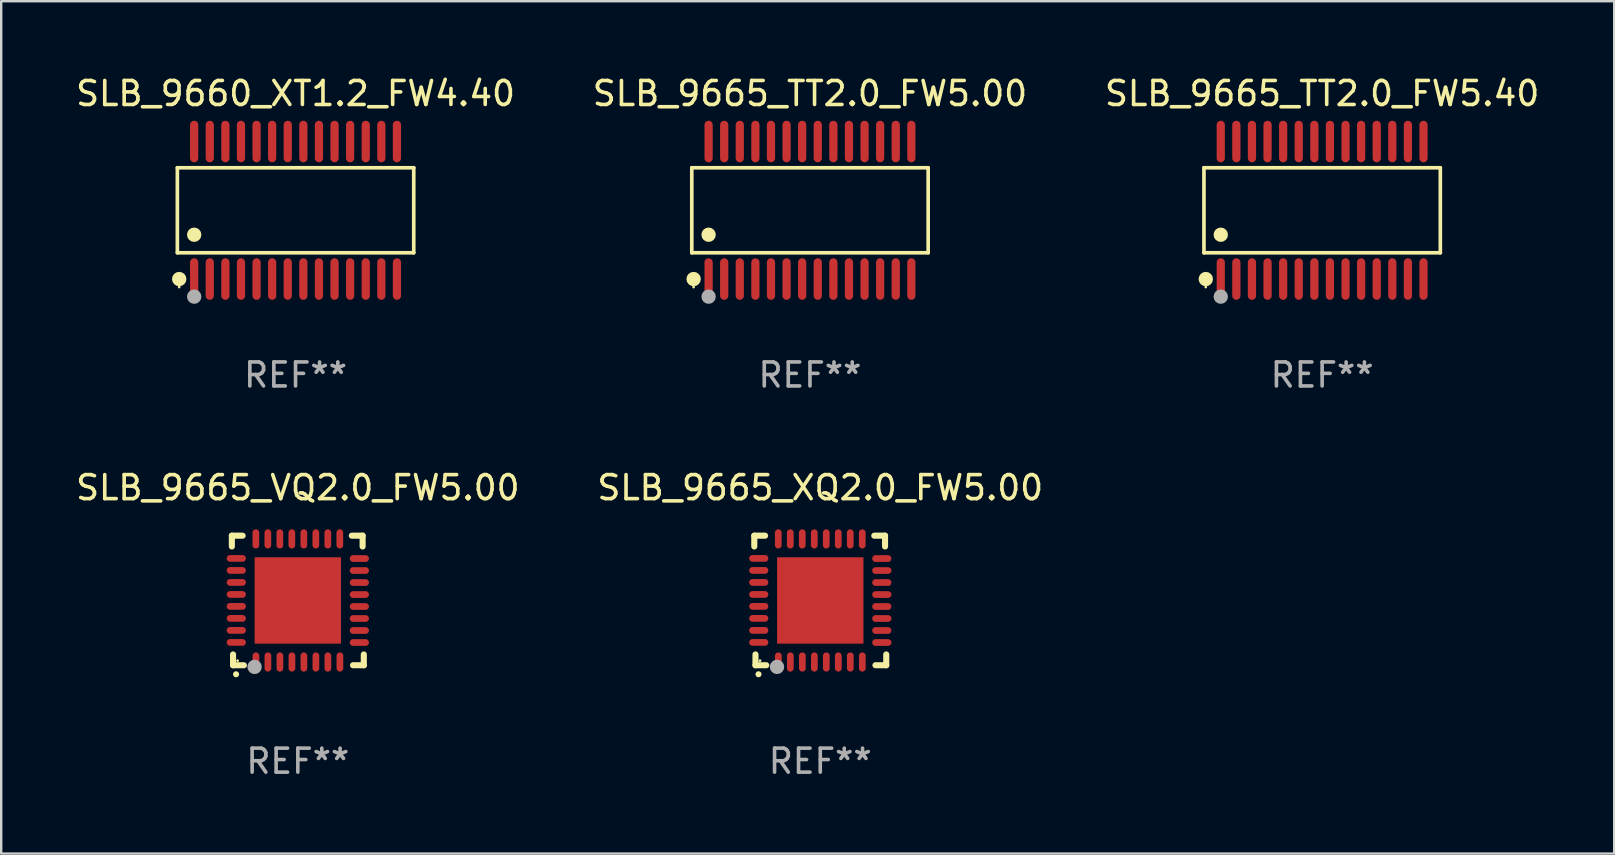
<source format=kicad_pcb>
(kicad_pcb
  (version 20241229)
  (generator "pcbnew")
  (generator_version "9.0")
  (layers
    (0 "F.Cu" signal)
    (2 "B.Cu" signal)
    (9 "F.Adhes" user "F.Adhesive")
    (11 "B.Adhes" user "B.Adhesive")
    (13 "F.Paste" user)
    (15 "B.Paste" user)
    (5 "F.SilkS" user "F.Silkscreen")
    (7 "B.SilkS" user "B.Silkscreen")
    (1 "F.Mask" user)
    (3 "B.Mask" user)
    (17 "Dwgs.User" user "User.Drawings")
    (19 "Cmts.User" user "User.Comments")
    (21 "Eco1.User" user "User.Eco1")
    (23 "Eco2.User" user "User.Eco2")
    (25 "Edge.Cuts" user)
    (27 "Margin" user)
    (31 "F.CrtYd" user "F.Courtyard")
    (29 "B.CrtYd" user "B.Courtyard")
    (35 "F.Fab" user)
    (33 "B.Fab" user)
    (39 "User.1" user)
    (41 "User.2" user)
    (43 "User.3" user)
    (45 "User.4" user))
  (footprint "SLB_9665_XQ2.0_FW5.00"
    (layer "F.Cu")
    (at 31.137 21.976)
    (property "Reference" "SLB_9665_XQ2.0_FW5.00" (at 0 -4.7 0) (layer "F.SilkS") (effects (font (size 1 1) (thickness 0.15))))
    (attr through_hole)
    (fp_line (start -2.75 -2.7) (end -2.75 -2.25) (stroke (width 0.254) (type solid)) (layer "F.SilkS"))
    (fp_line (start -2.7 2.7) (end -2.7 2.25) (stroke (width 0.254) (type solid)) (layer "F.SilkS"))
    (fp_line (start -2.3 -2.7) (end -2.75 -2.7) (stroke (width 0.254) (type solid)) (layer "F.SilkS"))
    (fp_line (start -2.25 2.7) (end -2.7 2.7) (stroke (width 0.254) (type solid)) (layer "F.SilkS"))
    (fp_line (start 2.3 2.7) (end 2.75 2.7) (stroke (width 0.254) (type solid)) (layer "F.SilkS"))
    (fp_line (start 2.7 -2.7) (end 2.25 -2.7) (stroke (width 0.254) (type solid)) (layer "F.SilkS"))
    (fp_line (start 2.7 -2.25) (end 2.7 -2.7) (stroke (width 0.254) (type solid)) (layer "F.SilkS"))
    (fp_line (start 2.75 2.7) (end 2.75 2.25) (stroke (width 0.254) (type solid)) (layer "F.SilkS"))
    (fp_arc (start -2.575565 3.075946) (mid -2.574295 3.07594) (end -2.573025 3.075946) (stroke (width 0.25) (type solid)) (layer "F.SilkS"))
    (fp_circle (center -2.51 2.51) (end -2.48 2.51) (stroke (width 0.06) (type solid)) (fill no) (layer "F.SilkS"))
    (fp_circle (center -1.803 2.769) (end -1.653 2.769) (stroke (width 0.3) (type solid)) (fill no) (layer "F.Fab"))
    (fp_text user "REF**" (at 0 6.7 0) (layer "F.Fab") (effects (font (size 1 1) (thickness 0.15))))
    (pad "1" smd oval (at -1.747 2.565) (size 0.28 0.8) (layers "F.Cu" "F.Mask" "F.Paste"))
    (pad "2" smd oval (at -1.247 2.565) (size 0.28 0.8) (layers "F.Cu" "F.Mask" "F.Paste"))
    (pad "3" smd oval (at -0.747 2.565) (size 0.28 0.8) (layers "F.Cu" "F.Mask" "F.Paste"))
    (pad "4" smd oval (at -0.246 2.565) (size 0.28 0.8) (layers "F.Cu" "F.Mask" "F.Paste"))
    (pad "5" smd oval (at 0.252 2.565) (size 0.28 0.8) (layers "F.Cu" "F.Mask" "F.Paste"))
    (pad "6" smd oval (at 0.752 2.565) (size 0.28 0.8) (layers "F.Cu" "F.Mask" "F.Paste"))
    (pad "7" smd oval (at 1.252 2.565) (size 0.28 0.8) (layers "F.Cu" "F.Mask" "F.Paste"))
    (pad "8" smd oval (at 1.753 2.565) (size 0.28 0.8) (layers "F.Cu" "F.Mask" "F.Paste"))
    (pad "9" smd oval (at 2.565 1.753) (size 0.8 0.28) (layers "F.Cu" "F.Mask" "F.Paste"))
    (pad "10" smd oval (at 2.565 1.252) (size 0.8 0.28) (layers "F.Cu" "F.Mask" "F.Paste"))
    (pad "11" smd oval (at 2.565 0.752) (size 0.8 0.28) (layers "F.Cu" "F.Mask" "F.Paste"))
    (pad "12" smd oval (at 2.565 0.252) (size 0.8 0.28) (layers "F.Cu" "F.Mask" "F.Paste"))
    (pad "13" smd oval (at 2.565 -0.246) (size 0.8 0.28) (layers "F.Cu" "F.Mask" "F.Paste"))
    (pad "14" smd oval (at 2.565 -0.747) (size 0.8 0.28) (layers "F.Cu" "F.Mask" "F.Paste"))
    (pad "15" smd oval (at 2.565 -1.247) (size 0.8 0.28) (layers "F.Cu" "F.Mask" "F.Paste"))
    (pad "16" smd oval (at 2.565 -1.747) (size 0.8 0.28) (layers "F.Cu" "F.Mask" "F.Paste"))
    (pad "17" smd oval (at 1.75 -2.565) (size 0.28 0.8) (layers "F.Cu" "F.Mask" "F.Paste"))
    (pad "18" smd oval (at 1.25 -2.565) (size 0.28 0.8) (layers "F.Cu" "F.Mask" "F.Paste"))
    (pad "19" smd oval (at 0.75 -2.565) (size 0.28 0.8) (layers "F.Cu" "F.Mask" "F.Paste"))
    (pad "20" smd oval (at 0.25 -2.565) (size 0.28 0.8) (layers "F.Cu" "F.Mask" "F.Paste"))
    (pad "21" smd oval (at -0.25 -2.565) (size 0.28 0.8) (layers "F.Cu" "F.Mask" "F.Paste"))
    (pad "22" smd oval (at -0.75 -2.565) (size 0.28 0.8) (layers "F.Cu" "F.Mask" "F.Paste"))
    (pad "23" smd oval (at -1.25 -2.565) (size 0.28 0.8) (layers "F.Cu" "F.Mask" "F.Paste"))
    (pad "24" smd oval (at -1.75 -2.565) (size 0.28 0.8) (layers "F.Cu" "F.Mask" "F.Paste"))
    (pad "25" smd oval (at -2.565 -1.753) (size 0.8 0.28) (layers "F.Cu" "F.Mask" "F.Paste"))
    (pad "26" smd oval (at -2.565 -1.252) (size 0.8 0.28) (layers "F.Cu" "F.Mask" "F.Paste"))
    (pad "27" smd oval (at -2.565 -0.752) (size 0.8 0.28) (layers "F.Cu" "F.Mask" "F.Paste"))
    (pad "28" smd oval (at -2.565 -0.251) (size 0.8 0.28) (layers "F.Cu" "F.Mask" "F.Paste"))
    (pad "29" smd oval (at -2.565 0.246) (size 0.8 0.28) (layers "F.Cu" "F.Mask" "F.Paste"))
    (pad "30" smd oval (at -2.565 0.747) (size 0.8 0.28) (layers "F.Cu" "F.Mask" "F.Paste"))
    (pad "31" smd oval (at -2.565 1.247) (size 0.8 0.28) (layers "F.Cu" "F.Mask" "F.Paste"))
    (pad "32" smd oval (at -2.565 1.748) (size 0.8 0.28) (layers "F.Cu" "F.Mask" "F.Paste"))
    (pad "33" smd rect (at 0.000076 0.000076) (size 3.6 3.6) (layers "F.Cu" "F.Mask" "F.Paste")))
  (footprint "SLB_9665_VQ2.0_FW5.00"
    (layer "F.Cu")
    (at 9.363 21.976)
    (property "Reference" "SLB_9665_VQ2.0_FW5.00" (at 0 -4.7 0) (layer "F.SilkS") (effects (font (size 1 1) (thickness 0.15))))
    (attr through_hole)
    (fp_line (start -2.75 -2.7) (end -2.75 -2.25) (stroke (width 0.254) (type solid)) (layer "F.SilkS"))
    (fp_line (start -2.7 2.7) (end -2.7 2.25) (stroke (width 0.254) (type solid)) (layer "F.SilkS"))
    (fp_line (start -2.3 -2.7) (end -2.75 -2.7) (stroke (width 0.254) (type solid)) (layer "F.SilkS"))
    (fp_line (start -2.25 2.7) (end -2.7 2.7) (stroke (width 0.254) (type solid)) (layer "F.SilkS"))
    (fp_line (start 2.3 2.7) (end 2.75 2.7) (stroke (width 0.254) (type solid)) (layer "F.SilkS"))
    (fp_line (start 2.7 -2.7) (end 2.25 -2.7) (stroke (width 0.254) (type solid)) (layer "F.SilkS"))
    (fp_line (start 2.7 -2.25) (end 2.7 -2.7) (stroke (width 0.254) (type solid)) (layer "F.SilkS"))
    (fp_line (start 2.75 2.7) (end 2.75 2.25) (stroke (width 0.254) (type solid)) (layer "F.SilkS"))
    (fp_arc (start -2.575565 3.075946) (mid -2.574295 3.07594) (end -2.573025 3.075946) (stroke (width 0.25) (type solid)) (layer "F.SilkS"))
    (fp_circle (center -2.51 2.51) (end -2.48 2.51) (stroke (width 0.06) (type solid)) (fill no) (layer "F.SilkS"))
    (fp_circle (center -1.803 2.769) (end -1.653 2.769) (stroke (width 0.3) (type solid)) (fill no) (layer "F.Fab"))
    (fp_text user "REF**" (at 0 6.7 0) (layer "F.Fab") (effects (font (size 1 1) (thickness 0.15))))
    (pad "1" smd oval (at -1.747 2.565) (size 0.28 0.8) (layers "F.Cu" "F.Mask" "F.Paste"))
    (pad "2" smd oval (at -1.247 2.565) (size 0.28 0.8) (layers "F.Cu" "F.Mask" "F.Paste"))
    (pad "3" smd oval (at -0.747 2.565) (size 0.28 0.8) (layers "F.Cu" "F.Mask" "F.Paste"))
    (pad "4" smd oval (at -0.246 2.565) (size 0.28 0.8) (layers "F.Cu" "F.Mask" "F.Paste"))
    (pad "5" smd oval (at 0.252 2.565) (size 0.28 0.8) (layers "F.Cu" "F.Mask" "F.Paste"))
    (pad "6" smd oval (at 0.752 2.565) (size 0.28 0.8) (layers "F.Cu" "F.Mask" "F.Paste"))
    (pad "7" smd oval (at 1.252 2.565) (size 0.28 0.8) (layers "F.Cu" "F.Mask" "F.Paste"))
    (pad "8" smd oval (at 1.753 2.565) (size 0.28 0.8) (layers "F.Cu" "F.Mask" "F.Paste"))
    (pad "9" smd oval (at 2.565 1.753) (size 0.8 0.28) (layers "F.Cu" "F.Mask" "F.Paste"))
    (pad "10" smd oval (at 2.565 1.252) (size 0.8 0.28) (layers "F.Cu" "F.Mask" "F.Paste"))
    (pad "11" smd oval (at 2.565 0.752) (size 0.8 0.28) (layers "F.Cu" "F.Mask" "F.Paste"))
    (pad "12" smd oval (at 2.565 0.252) (size 0.8 0.28) (layers "F.Cu" "F.Mask" "F.Paste"))
    (pad "13" smd oval (at 2.565 -0.246) (size 0.8 0.28) (layers "F.Cu" "F.Mask" "F.Paste"))
    (pad "14" smd oval (at 2.565 -0.747) (size 0.8 0.28) (layers "F.Cu" "F.Mask" "F.Paste"))
    (pad "15" smd oval (at 2.565 -1.247) (size 0.8 0.28) (layers "F.Cu" "F.Mask" "F.Paste"))
    (pad "16" smd oval (at 2.565 -1.747) (size 0.8 0.28) (layers "F.Cu" "F.Mask" "F.Paste"))
    (pad "17" smd oval (at 1.75 -2.565) (size 0.28 0.8) (layers "F.Cu" "F.Mask" "F.Paste"))
    (pad "18" smd oval (at 1.25 -2.565) (size 0.28 0.8) (layers "F.Cu" "F.Mask" "F.Paste"))
    (pad "19" smd oval (at 0.75 -2.565) (size 0.28 0.8) (layers "F.Cu" "F.Mask" "F.Paste"))
    (pad "20" smd oval (at 0.25 -2.565) (size 0.28 0.8) (layers "F.Cu" "F.Mask" "F.Paste"))
    (pad "21" smd oval (at -0.25 -2.565) (size 0.28 0.8) (layers "F.Cu" "F.Mask" "F.Paste"))
    (pad "22" smd oval (at -0.75 -2.565) (size 0.28 0.8) (layers "F.Cu" "F.Mask" "F.Paste"))
    (pad "23" smd oval (at -1.25 -2.565) (size 0.28 0.8) (layers "F.Cu" "F.Mask" "F.Paste"))
    (pad "24" smd oval (at -1.75 -2.565) (size 0.28 0.8) (layers "F.Cu" "F.Mask" "F.Paste"))
    (pad "25" smd oval (at -2.565 -1.753) (size 0.8 0.28) (layers "F.Cu" "F.Mask" "F.Paste"))
    (pad "26" smd oval (at -2.565 -1.252) (size 0.8 0.28) (layers "F.Cu" "F.Mask" "F.Paste"))
    (pad "27" smd oval (at -2.565 -0.752) (size 0.8 0.28) (layers "F.Cu" "F.Mask" "F.Paste"))
    (pad "28" smd oval (at -2.565 -0.251) (size 0.8 0.28) (layers "F.Cu" "F.Mask" "F.Paste"))
    (pad "29" smd oval (at -2.565 0.246) (size 0.8 0.28) (layers "F.Cu" "F.Mask" "F.Paste"))
    (pad "30" smd oval (at -2.565 0.747) (size 0.8 0.28) (layers "F.Cu" "F.Mask" "F.Paste"))
    (pad "31" smd oval (at -2.565 1.247) (size 0.8 0.28) (layers "F.Cu" "F.Mask" "F.Paste"))
    (pad "32" smd oval (at -2.565 1.748) (size 0.8 0.28) (layers "F.Cu" "F.Mask" "F.Paste"))
    (pad "33" smd rect (at 0.000076 0.000076) (size 3.6 3.6) (layers "F.Cu" "F.Mask" "F.Paste")))
  (footprint "SLB_9660_XT1.2_FW4.40"
    (layer "F.Cu")
    (at 9.268 5.714)
    (property "Reference" "SLB_9660_XT1.2_FW4.40" (at 0 -4.866 0) (layer "F.SilkS") (effects (font (size 1 1) (thickness 0.15))))
    (attr through_hole)
    (fp_line (start -4.926 -1.772) (end 4.926 -1.772) (stroke (width 0.152) (type solid)) (layer "F.SilkS"))
    (fp_line (start -4.926 1.771) (end -4.926 -1.772) (stroke (width 0.152) (type solid)) (layer "F.SilkS"))
    (fp_line (start 4.926 -1.772) (end 4.926 1.771) (stroke (width 0.152) (type solid)) (layer "F.SilkS"))
    (fp_line (start 4.926 1.771) (end -4.926 1.771) (stroke (width 0.152) (type solid)) (layer "F.SilkS"))
    (fp_circle (center -4.85 3.2) (end -4.82 3.2) (stroke (width 0.06) (type solid)) (fill no) (layer "F.SilkS"))
    (fp_circle (center -4.849 2.866) (end -4.699 2.866) (stroke (width 0.3) (type solid)) (fill no) (layer "F.SilkS"))
    (fp_circle (center -4.225 1.019) (end -4.075 1.019) (stroke (width 0.3) (type solid)) (fill no) (layer "F.SilkS"))
    (fp_circle (center -4.225 3.6) (end -4.075 3.6) (stroke (width 0.3) (type solid)) (fill no) (layer "F.Fab"))
    (fp_text user "REF**" (at 0 6.866 0) (layer "F.Fab") (effects (font (size 1 1) (thickness 0.15))))
    (pad "1" smd oval (at -4.225 2.866) (size 0.343 1.731) (layers "F.Cu" "F.Mask" "F.Paste"))
    (pad "2" smd oval (at -3.575 2.866) (size 0.343 1.731) (layers "F.Cu" "F.Mask" "F.Paste"))
    (pad "3" smd oval (at -2.925 2.866) (size 0.343 1.731) (layers "F.Cu" "F.Mask" "F.Paste"))
    (pad "4" smd oval (at -2.275 2.866) (size 0.343 1.731) (layers "F.Cu" "F.Mask" "F.Paste"))
    (pad "5" smd oval (at -1.625 2.866) (size 0.343 1.731) (layers "F.Cu" "F.Mask" "F.Paste"))
    (pad "6" smd oval (at -0.975 2.866) (size 0.343 1.731) (layers "F.Cu" "F.Mask" "F.Paste"))
    (pad "7" smd oval (at -0.325 2.866) (size 0.343 1.731) (layers "F.Cu" "F.Mask" "F.Paste"))
    (pad "8" smd oval (at 0.325 2.866) (size 0.343 1.731) (layers "F.Cu" "F.Mask" "F.Paste"))
    (pad "9" smd oval (at 0.975 2.866) (size 0.343 1.731) (layers "F.Cu" "F.Mask" "F.Paste"))
    (pad "10" smd oval (at 1.625 2.866) (size 0.343 1.731) (layers "F.Cu" "F.Mask" "F.Paste"))
    (pad "11" smd oval (at 2.275 2.866) (size 0.343 1.731) (layers "F.Cu" "F.Mask" "F.Paste"))
    (pad "12" smd oval (at 2.925 2.866) (size 0.343 1.731) (layers "F.Cu" "F.Mask" "F.Paste"))
    (pad "13" smd oval (at 3.575 2.866) (size 0.343 1.731) (layers "F.Cu" "F.Mask" "F.Paste"))
    (pad "14" smd oval (at 4.225 2.866) (size 0.343 1.731) (layers "F.Cu" "F.Mask" "F.Paste"))
    (pad "15" smd oval (at 4.225 -2.866) (size 0.343 1.731) (layers "F.Cu" "F.Mask" "F.Paste"))
    (pad "16" smd oval (at 3.575 -2.866) (size 0.343 1.731) (layers "F.Cu" "F.Mask" "F.Paste"))
    (pad "17" smd oval (at 2.925 -2.866) (size 0.343 1.731) (layers "F.Cu" "F.Mask" "F.Paste"))
    (pad "18" smd oval (at 2.275 -2.866) (size 0.343 1.731) (layers "F.Cu" "F.Mask" "F.Paste"))
    (pad "19" smd oval (at 1.625 -2.866) (size 0.343 1.731) (layers "F.Cu" "F.Mask" "F.Paste"))
    (pad "20" smd oval (at 0.975 -2.866) (size 0.343 1.731) (layers "F.Cu" "F.Mask" "F.Paste"))
    (pad "21" smd oval (at 0.325 -2.866) (size 0.343 1.731) (layers "F.Cu" "F.Mask" "F.Paste"))
    (pad "22" smd oval (at -0.325 -2.866) (size 0.343 1.731) (layers "F.Cu" "F.Mask" "F.Paste"))
    (pad "23" smd oval (at -0.975 -2.866) (size 0.343 1.731) (layers "F.Cu" "F.Mask" "F.Paste"))
    (pad "24" smd oval (at -1.625 -2.866) (size 0.343 1.731) (layers "F.Cu" "F.Mask" "F.Paste"))
    (pad "25" smd oval (at -2.275 -2.866) (size 0.343 1.731) (layers "F.Cu" "F.Mask" "F.Paste"))
    (pad "26" smd oval (at -2.925 -2.866) (size 0.343 1.731) (layers "F.Cu" "F.Mask" "F.Paste"))
    (pad "27" smd oval (at -3.575 -2.866) (size 0.343 1.731) (layers "F.Cu" "F.Mask" "F.Paste"))
    (pad "28" smd oval (at -4.225 -2.866) (size 0.343 1.731) (layers "F.Cu" "F.Mask" "F.Paste")))
  (footprint "SLB_9665_TT2.0_FW5.40"
    (layer "F.Cu")
    (at 52.054 5.714)
    (property "Reference" "SLB_9665_TT2.0_FW5.40" (at 0 -4.866 0) (layer "F.SilkS") (effects (font (size 1 1) (thickness 0.15))))
    (attr through_hole)
    (fp_line (start -4.926 -1.772) (end 4.926 -1.772) (stroke (width 0.152) (type solid)) (layer "F.SilkS"))
    (fp_line (start -4.926 1.771) (end -4.926 -1.772) (stroke (width 0.152) (type solid)) (layer "F.SilkS"))
    (fp_line (start 4.926 -1.772) (end 4.926 1.771) (stroke (width 0.152) (type solid)) (layer "F.SilkS"))
    (fp_line (start 4.926 1.771) (end -4.926 1.771) (stroke (width 0.152) (type solid)) (layer "F.SilkS"))
    (fp_circle (center -4.85 3.2) (end -4.82 3.2) (stroke (width 0.06) (type solid)) (fill no) (layer "F.SilkS"))
    (fp_circle (center -4.849 2.866) (end -4.699 2.866) (stroke (width 0.3) (type solid)) (fill no) (layer "F.SilkS"))
    (fp_circle (center -4.225 1.019) (end -4.075 1.019) (stroke (width 0.3) (type solid)) (fill no) (layer "F.SilkS"))
    (fp_circle (center -4.225 3.6) (end -4.075 3.6) (stroke (width 0.3) (type solid)) (fill no) (layer "F.Fab"))
    (fp_text user "REF**" (at 0 6.866 0) (layer "F.Fab") (effects (font (size 1 1) (thickness 0.15))))
    (pad "1" smd oval (at -4.225 2.866) (size 0.343 1.731) (layers "F.Cu" "F.Mask" "F.Paste"))
    (pad "2" smd oval (at -3.575 2.866) (size 0.343 1.731) (layers "F.Cu" "F.Mask" "F.Paste"))
    (pad "3" smd oval (at -2.925 2.866) (size 0.343 1.731) (layers "F.Cu" "F.Mask" "F.Paste"))
    (pad "4" smd oval (at -2.275 2.866) (size 0.343 1.731) (layers "F.Cu" "F.Mask" "F.Paste"))
    (pad "5" smd oval (at -1.625 2.866) (size 0.343 1.731) (layers "F.Cu" "F.Mask" "F.Paste"))
    (pad "6" smd oval (at -0.975 2.866) (size 0.343 1.731) (layers "F.Cu" "F.Mask" "F.Paste"))
    (pad "7" smd oval (at -0.325 2.866) (size 0.343 1.731) (layers "F.Cu" "F.Mask" "F.Paste"))
    (pad "8" smd oval (at 0.325 2.866) (size 0.343 1.731) (layers "F.Cu" "F.Mask" "F.Paste"))
    (pad "9" smd oval (at 0.975 2.866) (size 0.343 1.731) (layers "F.Cu" "F.Mask" "F.Paste"))
    (pad "10" smd oval (at 1.625 2.866) (size 0.343 1.731) (layers "F.Cu" "F.Mask" "F.Paste"))
    (pad "11" smd oval (at 2.275 2.866) (size 0.343 1.731) (layers "F.Cu" "F.Mask" "F.Paste"))
    (pad "12" smd oval (at 2.925 2.866) (size 0.343 1.731) (layers "F.Cu" "F.Mask" "F.Paste"))
    (pad "13" smd oval (at 3.575 2.866) (size 0.343 1.731) (layers "F.Cu" "F.Mask" "F.Paste"))
    (pad "14" smd oval (at 4.225 2.866) (size 0.343 1.731) (layers "F.Cu" "F.Mask" "F.Paste"))
    (pad "15" smd oval (at 4.225 -2.866) (size 0.343 1.731) (layers "F.Cu" "F.Mask" "F.Paste"))
    (pad "16" smd oval (at 3.575 -2.866) (size 0.343 1.731) (layers "F.Cu" "F.Mask" "F.Paste"))
    (pad "17" smd oval (at 2.925 -2.866) (size 0.343 1.731) (layers "F.Cu" "F.Mask" "F.Paste"))
    (pad "18" smd oval (at 2.275 -2.866) (size 0.343 1.731) (layers "F.Cu" "F.Mask" "F.Paste"))
    (pad "19" smd oval (at 1.625 -2.866) (size 0.343 1.731) (layers "F.Cu" "F.Mask" "F.Paste"))
    (pad "20" smd oval (at 0.975 -2.866) (size 0.343 1.731) (layers "F.Cu" "F.Mask" "F.Paste"))
    (pad "21" smd oval (at 0.325 -2.866) (size 0.343 1.731) (layers "F.Cu" "F.Mask" "F.Paste"))
    (pad "22" smd oval (at -0.325 -2.866) (size 0.343 1.731) (layers "F.Cu" "F.Mask" "F.Paste"))
    (pad "23" smd oval (at -0.975 -2.866) (size 0.343 1.731) (layers "F.Cu" "F.Mask" "F.Paste"))
    (pad "24" smd oval (at -1.625 -2.866) (size 0.343 1.731) (layers "F.Cu" "F.Mask" "F.Paste"))
    (pad "25" smd oval (at -2.275 -2.866) (size 0.343 1.731) (layers "F.Cu" "F.Mask" "F.Paste"))
    (pad "26" smd oval (at -2.925 -2.866) (size 0.343 1.731) (layers "F.Cu" "F.Mask" "F.Paste"))
    (pad "27" smd oval (at -3.575 -2.866) (size 0.343 1.731) (layers "F.Cu" "F.Mask" "F.Paste"))
    (pad "28" smd oval (at -4.225 -2.866) (size 0.343 1.731) (layers "F.Cu" "F.Mask" "F.Paste")))
  (footprint "SLB_9665_TT2.0_FW5.00"
    (layer "F.Cu")
    (at 30.708 5.714)
    (property "Reference" "SLB_9665_TT2.0_FW5.00" (at 0 -4.866 0) (layer "F.SilkS") (effects (font (size 1 1) (thickness 0.15))))
    (attr through_hole)
    (fp_line (start -4.926 -1.772) (end 4.926 -1.772) (stroke (width 0.152) (type solid)) (layer "F.SilkS"))
    (fp_line (start -4.926 1.771) (end -4.926 -1.772) (stroke (width 0.152) (type solid)) (layer "F.SilkS"))
    (fp_line (start 4.926 -1.772) (end 4.926 1.771) (stroke (width 0.152) (type solid)) (layer "F.SilkS"))
    (fp_line (start 4.926 1.771) (end -4.926 1.771) (stroke (width 0.152) (type solid)) (layer "F.SilkS"))
    (fp_circle (center -4.85 3.2) (end -4.82 3.2) (stroke (width 0.06) (type solid)) (fill no) (layer "F.SilkS"))
    (fp_circle (center -4.849 2.866) (end -4.699 2.866) (stroke (width 0.3) (type solid)) (fill no) (layer "F.SilkS"))
    (fp_circle (center -4.225 1.019) (end -4.075 1.019) (stroke (width 0.3) (type solid)) (fill no) (layer "F.SilkS"))
    (fp_circle (center -4.225 3.6) (end -4.075 3.6) (stroke (width 0.3) (type solid)) (fill no) (layer "F.Fab"))
    (fp_text user "REF**" (at 0 6.866 0) (layer "F.Fab") (effects (font (size 1 1) (thickness 0.15))))
    (pad "1" smd oval (at -4.225 2.866) (size 0.343 1.731) (layers "F.Cu" "F.Mask" "F.Paste"))
    (pad "2" smd oval (at -3.575 2.866) (size 0.343 1.731) (layers "F.Cu" "F.Mask" "F.Paste"))
    (pad "3" smd oval (at -2.925 2.866) (size 0.343 1.731) (layers "F.Cu" "F.Mask" "F.Paste"))
    (pad "4" smd oval (at -2.275 2.866) (size 0.343 1.731) (layers "F.Cu" "F.Mask" "F.Paste"))
    (pad "5" smd oval (at -1.625 2.866) (size 0.343 1.731) (layers "F.Cu" "F.Mask" "F.Paste"))
    (pad "6" smd oval (at -0.975 2.866) (size 0.343 1.731) (layers "F.Cu" "F.Mask" "F.Paste"))
    (pad "7" smd oval (at -0.325 2.866) (size 0.343 1.731) (layers "F.Cu" "F.Mask" "F.Paste"))
    (pad "8" smd oval (at 0.325 2.866) (size 0.343 1.731) (layers "F.Cu" "F.Mask" "F.Paste"))
    (pad "9" smd oval (at 0.975 2.866) (size 0.343 1.731) (layers "F.Cu" "F.Mask" "F.Paste"))
    (pad "10" smd oval (at 1.625 2.866) (size 0.343 1.731) (layers "F.Cu" "F.Mask" "F.Paste"))
    (pad "11" smd oval (at 2.275 2.866) (size 0.343 1.731) (layers "F.Cu" "F.Mask" "F.Paste"))
    (pad "12" smd oval (at 2.925 2.866) (size 0.343 1.731) (layers "F.Cu" "F.Mask" "F.Paste"))
    (pad "13" smd oval (at 3.575 2.866) (size 0.343 1.731) (layers "F.Cu" "F.Mask" "F.Paste"))
    (pad "14" smd oval (at 4.225 2.866) (size 0.343 1.731) (layers "F.Cu" "F.Mask" "F.Paste"))
    (pad "15" smd oval (at 4.225 -2.866) (size 0.343 1.731) (layers "F.Cu" "F.Mask" "F.Paste"))
    (pad "16" smd oval (at 3.575 -2.866) (size 0.343 1.731) (layers "F.Cu" "F.Mask" "F.Paste"))
    (pad "17" smd oval (at 2.925 -2.866) (size 0.343 1.731) (layers "F.Cu" "F.Mask" "F.Paste"))
    (pad "18" smd oval (at 2.275 -2.866) (size 0.343 1.731) (layers "F.Cu" "F.Mask" "F.Paste"))
    (pad "19" smd oval (at 1.625 -2.866) (size 0.343 1.731) (layers "F.Cu" "F.Mask" "F.Paste"))
    (pad "20" smd oval (at 0.975 -2.866) (size 0.343 1.731) (layers "F.Cu" "F.Mask" "F.Paste"))
    (pad "21" smd oval (at 0.325 -2.866) (size 0.343 1.731) (layers "F.Cu" "F.Mask" "F.Paste"))
    (pad "22" smd oval (at -0.325 -2.866) (size 0.343 1.731) (layers "F.Cu" "F.Mask" "F.Paste"))
    (pad "23" smd oval (at -0.975 -2.866) (size 0.343 1.731) (layers "F.Cu" "F.Mask" "F.Paste"))
    (pad "24" smd oval (at -1.625 -2.866) (size 0.343 1.731) (layers "F.Cu" "F.Mask" "F.Paste"))
    (pad "25" smd oval (at -2.275 -2.866) (size 0.343 1.731) (layers "F.Cu" "F.Mask" "F.Paste"))
    (pad "26" smd oval (at -2.925 -2.866) (size 0.343 1.731) (layers "F.Cu" "F.Mask" "F.Paste"))
    (pad "27" smd oval (at -3.575 -2.866) (size 0.343 1.731) (layers "F.Cu" "F.Mask" "F.Paste"))
    (pad "28" smd oval (at -4.225 -2.866) (size 0.343 1.731) (layers "F.Cu" "F.Mask" "F.Paste")))
  (gr_rect
    (start -3 -3)
    (end 64.226 32.525)
    (stroke (width 0.1) (type default))
    (fill no)
    (layer "Edge.Cuts")))
</source>
